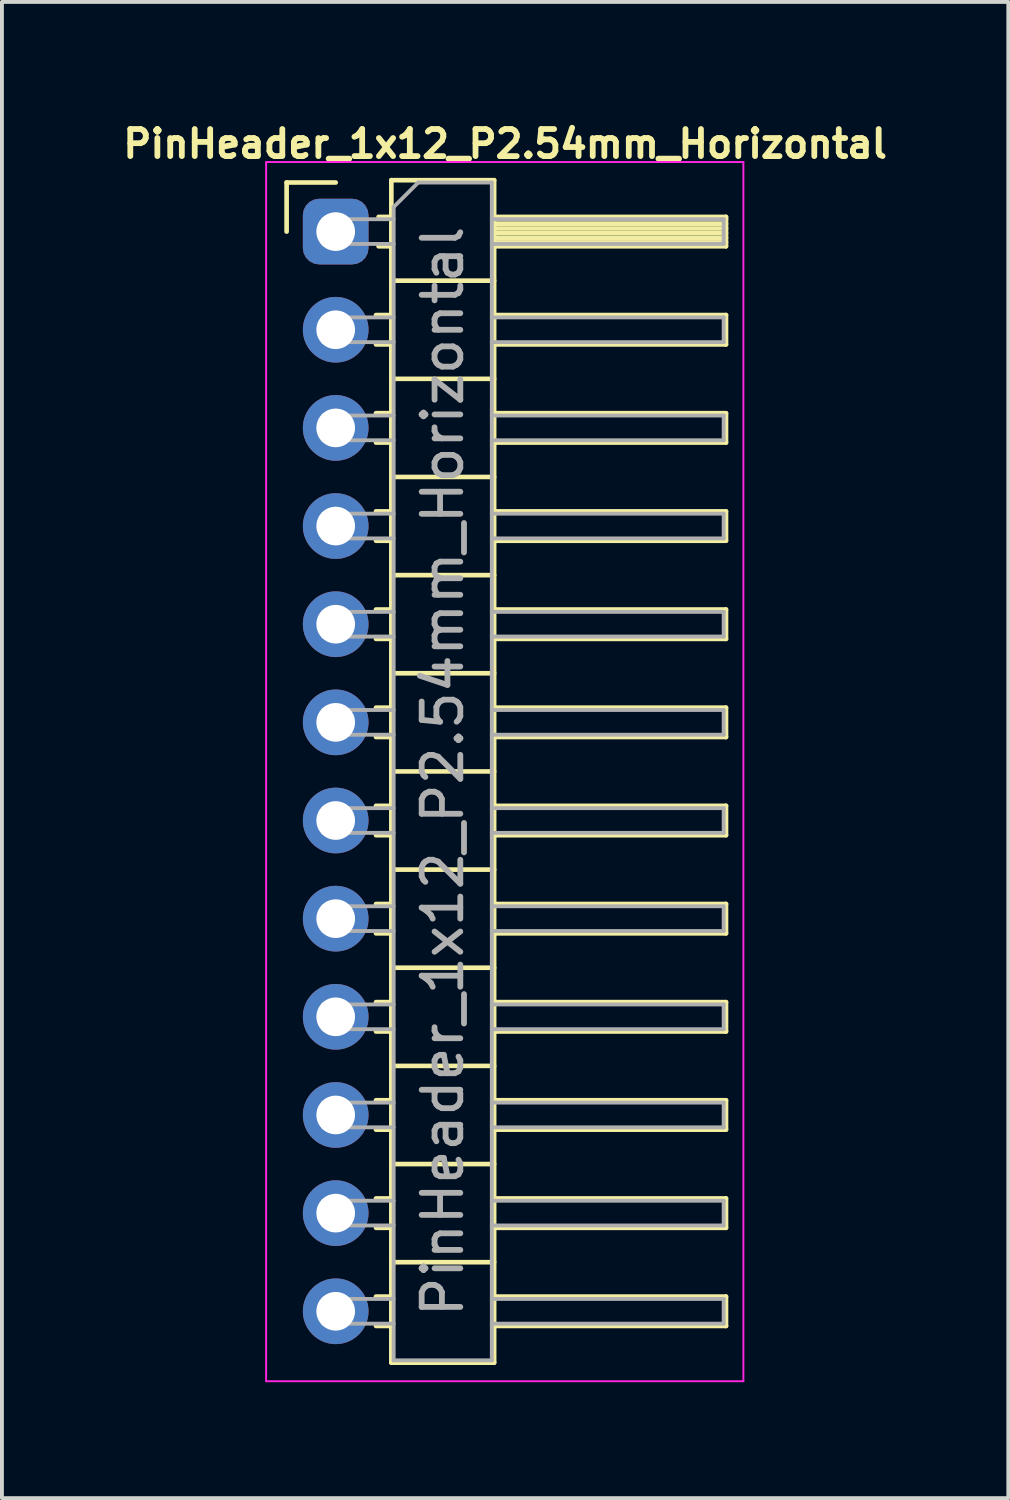
<source format=kicad_pcb>
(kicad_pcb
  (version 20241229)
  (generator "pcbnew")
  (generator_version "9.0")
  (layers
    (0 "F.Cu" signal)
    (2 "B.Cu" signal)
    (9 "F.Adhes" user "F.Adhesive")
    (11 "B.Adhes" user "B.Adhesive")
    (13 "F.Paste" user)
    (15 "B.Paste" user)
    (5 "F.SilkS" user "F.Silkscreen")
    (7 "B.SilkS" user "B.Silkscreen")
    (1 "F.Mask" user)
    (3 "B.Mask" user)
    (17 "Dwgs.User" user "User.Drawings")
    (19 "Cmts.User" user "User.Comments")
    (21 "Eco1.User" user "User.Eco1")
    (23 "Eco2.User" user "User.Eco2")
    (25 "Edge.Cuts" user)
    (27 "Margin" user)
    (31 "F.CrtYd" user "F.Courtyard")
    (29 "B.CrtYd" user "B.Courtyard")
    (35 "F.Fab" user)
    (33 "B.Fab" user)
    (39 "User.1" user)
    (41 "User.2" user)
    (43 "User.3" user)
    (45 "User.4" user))
  (footprint "PinHeader_1x12_P2.54mm_Horizontal"
    (layer "F.Cu")
    (at 5.637 2.943)
    (property "Reference" "PinHeader_1x12_P2.54mm_Horizontal" (at 4.385 -2.27 0) (layer "F.SilkS") (effects (font (size 0.7 0.7) (thickness 0.15))))
    (attr through_hole)
    (fp_line (start -1.27 -1.27) (end 0 -1.27) (stroke (width 0.12) (type solid)) (layer "F.SilkS"))
    (fp_line (start -1.27 0) (end -1.27 -1.27) (stroke (width 0.12) (type solid)) (layer "F.SilkS"))
    (fp_line (start 1.043 2.16) (end 1.44 2.16) (stroke (width 0.12) (type solid)) (layer "F.SilkS"))
    (fp_line (start 1.043 2.92) (end 1.44 2.92) (stroke (width 0.12) (type solid)) (layer "F.SilkS"))
    (fp_line (start 1.043 4.7) (end 1.44 4.7) (stroke (width 0.12) (type solid)) (layer "F.SilkS"))
    (fp_line (start 1.043 5.46) (end 1.44 5.46) (stroke (width 0.12) (type solid)) (layer "F.SilkS"))
    (fp_line (start 1.043 7.24) (end 1.44 7.24) (stroke (width 0.12) (type solid)) (layer "F.SilkS"))
    (fp_line (start 1.043 8) (end 1.44 8) (stroke (width 0.12) (type solid)) (layer "F.SilkS"))
    (fp_line (start 1.043 9.78) (end 1.44 9.78) (stroke (width 0.12) (type solid)) (layer "F.SilkS"))
    (fp_line (start 1.043 10.54) (end 1.44 10.54) (stroke (width 0.12) (type solid)) (layer "F.SilkS"))
    (fp_line (start 1.043 12.32) (end 1.44 12.32) (stroke (width 0.12) (type solid)) (layer "F.SilkS"))
    (fp_line (start 1.043 13.08) (end 1.44 13.08) (stroke (width 0.12) (type solid)) (layer "F.SilkS"))
    (fp_line (start 1.043 14.86) (end 1.44 14.86) (stroke (width 0.12) (type solid)) (layer "F.SilkS"))
    (fp_line (start 1.043 15.62) (end 1.44 15.62) (stroke (width 0.12) (type solid)) (layer "F.SilkS"))
    (fp_line (start 1.043 17.4) (end 1.44 17.4) (stroke (width 0.12) (type solid)) (layer "F.SilkS"))
    (fp_line (start 1.043 18.16) (end 1.44 18.16) (stroke (width 0.12) (type solid)) (layer "F.SilkS"))
    (fp_line (start 1.043 19.94) (end 1.44 19.94) (stroke (width 0.12) (type solid)) (layer "F.SilkS"))
    (fp_line (start 1.043 20.7) (end 1.44 20.7) (stroke (width 0.12) (type solid)) (layer "F.SilkS"))
    (fp_line (start 1.043 22.48) (end 1.44 22.48) (stroke (width 0.12) (type solid)) (layer "F.SilkS"))
    (fp_line (start 1.043 23.24) (end 1.44 23.24) (stroke (width 0.12) (type solid)) (layer "F.SilkS"))
    (fp_line (start 1.043 25.02) (end 1.44 25.02) (stroke (width 0.12) (type solid)) (layer "F.SilkS"))
    (fp_line (start 1.043 25.78) (end 1.44 25.78) (stroke (width 0.12) (type solid)) (layer "F.SilkS"))
    (fp_line (start 1.043 27.56) (end 1.44 27.56) (stroke (width 0.12) (type solid)) (layer "F.SilkS"))
    (fp_line (start 1.043 28.32) (end 1.44 28.32) (stroke (width 0.12) (type solid)) (layer "F.SilkS"))
    (fp_line (start 1.11 -0.38) (end 1.44 -0.38) (stroke (width 0.12) (type solid)) (layer "F.SilkS"))
    (fp_line (start 1.11 0.38) (end 1.44 0.38) (stroke (width 0.12) (type solid)) (layer "F.SilkS"))
    (fp_line (start 1.44 -1.33) (end 1.44 29.27) (stroke (width 0.12) (type solid)) (layer "F.SilkS"))
    (fp_line (start 1.44 1.27) (end 4.1 1.27) (stroke (width 0.12) (type solid)) (layer "F.SilkS"))
    (fp_line (start 1.44 3.81) (end 4.1 3.81) (stroke (width 0.12) (type solid)) (layer "F.SilkS"))
    (fp_line (start 1.44 6.35) (end 4.1 6.35) (stroke (width 0.12) (type solid)) (layer "F.SilkS"))
    (fp_line (start 1.44 8.89) (end 4.1 8.89) (stroke (width 0.12) (type solid)) (layer "F.SilkS"))
    (fp_line (start 1.44 11.43) (end 4.1 11.43) (stroke (width 0.12) (type solid)) (layer "F.SilkS"))
    (fp_line (start 1.44 13.97) (end 4.1 13.97) (stroke (width 0.12) (type solid)) (layer "F.SilkS"))
    (fp_line (start 1.44 16.51) (end 4.1 16.51) (stroke (width 0.12) (type solid)) (layer "F.SilkS"))
    (fp_line (start 1.44 19.05) (end 4.1 19.05) (stroke (width 0.12) (type solid)) (layer "F.SilkS"))
    (fp_line (start 1.44 21.59) (end 4.1 21.59) (stroke (width 0.12) (type solid)) (layer "F.SilkS"))
    (fp_line (start 1.44 24.13) (end 4.1 24.13) (stroke (width 0.12) (type solid)) (layer "F.SilkS"))
    (fp_line (start 1.44 26.67) (end 4.1 26.67) (stroke (width 0.12) (type solid)) (layer "F.SilkS"))
    (fp_line (start 1.44 29.27) (end 4.1 29.27) (stroke (width 0.12) (type solid)) (layer "F.SilkS"))
    (fp_line (start 4.1 -1.33) (end 1.44 -1.33) (stroke (width 0.12) (type solid)) (layer "F.SilkS"))
    (fp_line (start 4.1 -0.38) (end 10.1 -0.38) (stroke (width 0.12) (type solid)) (layer "F.SilkS"))
    (fp_line (start 4.1 -0.32) (end 10.1 -0.32) (stroke (width 0.12) (type solid)) (layer "F.SilkS"))
    (fp_line (start 4.1 -0.2) (end 10.1 -0.2) (stroke (width 0.12) (type solid)) (layer "F.SilkS"))
    (fp_line (start 4.1 -0.08) (end 10.1 -0.08) (stroke (width 0.12) (type solid)) (layer "F.SilkS"))
    (fp_line (start 4.1 0.04) (end 10.1 0.04) (stroke (width 0.12) (type solid)) (layer "F.SilkS"))
    (fp_line (start 4.1 0.16) (end 10.1 0.16) (stroke (width 0.12) (type solid)) (layer "F.SilkS"))
    (fp_line (start 4.1 0.28) (end 10.1 0.28) (stroke (width 0.12) (type solid)) (layer "F.SilkS"))
    (fp_line (start 4.1 2.16) (end 10.1 2.16) (stroke (width 0.12) (type solid)) (layer "F.SilkS"))
    (fp_line (start 4.1 4.7) (end 10.1 4.7) (stroke (width 0.12) (type solid)) (layer "F.SilkS"))
    (fp_line (start 4.1 7.24) (end 10.1 7.24) (stroke (width 0.12) (type solid)) (layer "F.SilkS"))
    (fp_line (start 4.1 9.78) (end 10.1 9.78) (stroke (width 0.12) (type solid)) (layer "F.SilkS"))
    (fp_line (start 4.1 12.32) (end 10.1 12.32) (stroke (width 0.12) (type solid)) (layer "F.SilkS"))
    (fp_line (start 4.1 14.86) (end 10.1 14.86) (stroke (width 0.12) (type solid)) (layer "F.SilkS"))
    (fp_line (start 4.1 17.4) (end 10.1 17.4) (stroke (width 0.12) (type solid)) (layer "F.SilkS"))
    (fp_line (start 4.1 19.94) (end 10.1 19.94) (stroke (width 0.12) (type solid)) (layer "F.SilkS"))
    (fp_line (start 4.1 22.48) (end 10.1 22.48) (stroke (width 0.12) (type solid)) (layer "F.SilkS"))
    (fp_line (start 4.1 25.02) (end 10.1 25.02) (stroke (width 0.12) (type solid)) (layer "F.SilkS"))
    (fp_line (start 4.1 27.56) (end 10.1 27.56) (stroke (width 0.12) (type solid)) (layer "F.SilkS"))
    (fp_line (start 4.1 29.27) (end 4.1 -1.33) (stroke (width 0.12) (type solid)) (layer "F.SilkS"))
    (fp_line (start 10.1 -0.38) (end 10.1 0.38) (stroke (width 0.12) (type solid)) (layer "F.SilkS"))
    (fp_line (start 10.1 0.38) (end 4.1 0.38) (stroke (width 0.12) (type solid)) (layer "F.SilkS"))
    (fp_line (start 10.1 2.16) (end 10.1 2.92) (stroke (width 0.12) (type solid)) (layer "F.SilkS"))
    (fp_line (start 10.1 2.92) (end 4.1 2.92) (stroke (width 0.12) (type solid)) (layer "F.SilkS"))
    (fp_line (start 10.1 4.7) (end 10.1 5.46) (stroke (width 0.12) (type solid)) (layer "F.SilkS"))
    (fp_line (start 10.1 5.46) (end 4.1 5.46) (stroke (width 0.12) (type solid)) (layer "F.SilkS"))
    (fp_line (start 10.1 7.24) (end 10.1 8) (stroke (width 0.12) (type solid)) (layer "F.SilkS"))
    (fp_line (start 10.1 8) (end 4.1 8) (stroke (width 0.12) (type solid)) (layer "F.SilkS"))
    (fp_line (start 10.1 9.78) (end 10.1 10.54) (stroke (width 0.12) (type solid)) (layer "F.SilkS"))
    (fp_line (start 10.1 10.54) (end 4.1 10.54) (stroke (width 0.12) (type solid)) (layer "F.SilkS"))
    (fp_line (start 10.1 12.32) (end 10.1 13.08) (stroke (width 0.12) (type solid)) (layer "F.SilkS"))
    (fp_line (start 10.1 13.08) (end 4.1 13.08) (stroke (width 0.12) (type solid)) (layer "F.SilkS"))
    (fp_line (start 10.1 14.86) (end 10.1 15.62) (stroke (width 0.12) (type solid)) (layer "F.SilkS"))
    (fp_line (start 10.1 15.62) (end 4.1 15.62) (stroke (width 0.12) (type solid)) (layer "F.SilkS"))
    (fp_line (start 10.1 17.4) (end 10.1 18.16) (stroke (width 0.12) (type solid)) (layer "F.SilkS"))
    (fp_line (start 10.1 18.16) (end 4.1 18.16) (stroke (width 0.12) (type solid)) (layer "F.SilkS"))
    (fp_line (start 10.1 19.94) (end 10.1 20.7) (stroke (width 0.12) (type solid)) (layer "F.SilkS"))
    (fp_line (start 10.1 20.7) (end 4.1 20.7) (stroke (width 0.12) (type solid)) (layer "F.SilkS"))
    (fp_line (start 10.1 22.48) (end 10.1 23.24) (stroke (width 0.12) (type solid)) (layer "F.SilkS"))
    (fp_line (start 10.1 23.24) (end 4.1 23.24) (stroke (width 0.12) (type solid)) (layer "F.SilkS"))
    (fp_line (start 10.1 25.02) (end 10.1 25.78) (stroke (width 0.12) (type solid)) (layer "F.SilkS"))
    (fp_line (start 10.1 25.78) (end 4.1 25.78) (stroke (width 0.12) (type solid)) (layer "F.SilkS"))
    (fp_line (start 10.1 27.56) (end 10.1 28.32) (stroke (width 0.12) (type solid)) (layer "F.SilkS"))
    (fp_line (start 10.1 28.32) (end 4.1 28.32) (stroke (width 0.12) (type solid)) (layer "F.SilkS"))
    (fp_line (start -1.8 -1.8) (end -1.8 29.75) (stroke (width 0.05) (type solid)) (layer "F.CrtYd"))
    (fp_line (start -1.8 29.75) (end 10.55 29.75) (stroke (width 0.05) (type solid)) (layer "F.CrtYd"))
    (fp_line (start 10.55 -1.8) (end -1.8 -1.8) (stroke (width 0.05) (type solid)) (layer "F.CrtYd"))
    (fp_line (start 10.55 29.75) (end 10.55 -1.8) (stroke (width 0.05) (type solid)) (layer "F.CrtYd"))
    (fp_line (start -0.32 -0.32) (end -0.32 0.32) (stroke (width 0.1) (type solid)) (layer "F.Fab"))
    (fp_line (start -0.32 -0.32) (end 1.5 -0.32) (stroke (width 0.1) (type solid)) (layer "F.Fab"))
    (fp_line (start -0.32 0.32) (end 1.5 0.32) (stroke (width 0.1) (type solid)) (layer "F.Fab"))
    (fp_line (start -0.32 2.22) (end -0.32 2.86) (stroke (width 0.1) (type solid)) (layer "F.Fab"))
    (fp_line (start -0.32 2.22) (end 1.5 2.22) (stroke (width 0.1) (type solid)) (layer "F.Fab"))
    (fp_line (start -0.32 2.86) (end 1.5 2.86) (stroke (width 0.1) (type solid)) (layer "F.Fab"))
    (fp_line (start -0.32 4.76) (end -0.32 5.4) (stroke (width 0.1) (type solid)) (layer "F.Fab"))
    (fp_line (start -0.32 4.76) (end 1.5 4.76) (stroke (width 0.1) (type solid)) (layer "F.Fab"))
    (fp_line (start -0.32 5.4) (end 1.5 5.4) (stroke (width 0.1) (type solid)) (layer "F.Fab"))
    (fp_line (start -0.32 7.3) (end -0.32 7.94) (stroke (width 0.1) (type solid)) (layer "F.Fab"))
    (fp_line (start -0.32 7.3) (end 1.5 7.3) (stroke (width 0.1) (type solid)) (layer "F.Fab"))
    (fp_line (start -0.32 7.94) (end 1.5 7.94) (stroke (width 0.1) (type solid)) (layer "F.Fab"))
    (fp_line (start -0.32 9.84) (end -0.32 10.48) (stroke (width 0.1) (type solid)) (layer "F.Fab"))
    (fp_line (start -0.32 9.84) (end 1.5 9.84) (stroke (width 0.1) (type solid)) (layer "F.Fab"))
    (fp_line (start -0.32 10.48) (end 1.5 10.48) (stroke (width 0.1) (type solid)) (layer "F.Fab"))
    (fp_line (start -0.32 12.38) (end -0.32 13.02) (stroke (width 0.1) (type solid)) (layer "F.Fab"))
    (fp_line (start -0.32 12.38) (end 1.5 12.38) (stroke (width 0.1) (type solid)) (layer "F.Fab"))
    (fp_line (start -0.32 13.02) (end 1.5 13.02) (stroke (width 0.1) (type solid)) (layer "F.Fab"))
    (fp_line (start -0.32 14.92) (end -0.32 15.56) (stroke (width 0.1) (type solid)) (layer "F.Fab"))
    (fp_line (start -0.32 14.92) (end 1.5 14.92) (stroke (width 0.1) (type solid)) (layer "F.Fab"))
    (fp_line (start -0.32 15.56) (end 1.5 15.56) (stroke (width 0.1) (type solid)) (layer "F.Fab"))
    (fp_line (start -0.32 17.46) (end -0.32 18.1) (stroke (width 0.1) (type solid)) (layer "F.Fab"))
    (fp_line (start -0.32 17.46) (end 1.5 17.46) (stroke (width 0.1) (type solid)) (layer "F.Fab"))
    (fp_line (start -0.32 18.1) (end 1.5 18.1) (stroke (width 0.1) (type solid)) (layer "F.Fab"))
    (fp_line (start -0.32 20) (end -0.32 20.64) (stroke (width 0.1) (type solid)) (layer "F.Fab"))
    (fp_line (start -0.32 20) (end 1.5 20) (stroke (width 0.1) (type solid)) (layer "F.Fab"))
    (fp_line (start -0.32 20.64) (end 1.5 20.64) (stroke (width 0.1) (type solid)) (layer "F.Fab"))
    (fp_line (start -0.32 22.54) (end -0.32 23.18) (stroke (width 0.1) (type solid)) (layer "F.Fab"))
    (fp_line (start -0.32 22.54) (end 1.5 22.54) (stroke (width 0.1) (type solid)) (layer "F.Fab"))
    (fp_line (start -0.32 23.18) (end 1.5 23.18) (stroke (width 0.1) (type solid)) (layer "F.Fab"))
    (fp_line (start -0.32 25.08) (end -0.32 25.72) (stroke (width 0.1) (type solid)) (layer "F.Fab"))
    (fp_line (start -0.32 25.08) (end 1.5 25.08) (stroke (width 0.1) (type solid)) (layer "F.Fab"))
    (fp_line (start -0.32 25.72) (end 1.5 25.72) (stroke (width 0.1) (type solid)) (layer "F.Fab"))
    (fp_line (start -0.32 27.62) (end -0.32 28.26) (stroke (width 0.1) (type solid)) (layer "F.Fab"))
    (fp_line (start -0.32 27.62) (end 1.5 27.62) (stroke (width 0.1) (type solid)) (layer "F.Fab"))
    (fp_line (start -0.32 28.26) (end 1.5 28.26) (stroke (width 0.1) (type solid)) (layer "F.Fab"))
    (fp_line (start 1.5 -0.635) (end 2.135 -1.27) (stroke (width 0.1) (type solid)) (layer "F.Fab"))
    (fp_line (start 1.5 29.21) (end 1.5 -0.635) (stroke (width 0.1) (type solid)) (layer "F.Fab"))
    (fp_line (start 2.135 -1.27) (end 4.04 -1.27) (stroke (width 0.1) (type solid)) (layer "F.Fab"))
    (fp_line (start 4.04 -1.27) (end 4.04 29.21) (stroke (width 0.1) (type solid)) (layer "F.Fab"))
    (fp_line (start 4.04 -0.32) (end 10.04 -0.32) (stroke (width 0.1) (type solid)) (layer "F.Fab"))
    (fp_line (start 4.04 0.32) (end 10.04 0.32) (stroke (width 0.1) (type solid)) (layer "F.Fab"))
    (fp_line (start 4.04 2.22) (end 10.04 2.22) (stroke (width 0.1) (type solid)) (layer "F.Fab"))
    (fp_line (start 4.04 2.86) (end 10.04 2.86) (stroke (width 0.1) (type solid)) (layer "F.Fab"))
    (fp_line (start 4.04 4.76) (end 10.04 4.76) (stroke (width 0.1) (type solid)) (layer "F.Fab"))
    (fp_line (start 4.04 5.4) (end 10.04 5.4) (stroke (width 0.1) (type solid)) (layer "F.Fab"))
    (fp_line (start 4.04 7.3) (end 10.04 7.3) (stroke (width 0.1) (type solid)) (layer "F.Fab"))
    (fp_line (start 4.04 7.94) (end 10.04 7.94) (stroke (width 0.1) (type solid)) (layer "F.Fab"))
    (fp_line (start 4.04 9.84) (end 10.04 9.84) (stroke (width 0.1) (type solid)) (layer "F.Fab"))
    (fp_line (start 4.04 10.48) (end 10.04 10.48) (stroke (width 0.1) (type solid)) (layer "F.Fab"))
    (fp_line (start 4.04 12.38) (end 10.04 12.38) (stroke (width 0.1) (type solid)) (layer "F.Fab"))
    (fp_line (start 4.04 13.02) (end 10.04 13.02) (stroke (width 0.1) (type solid)) (layer "F.Fab"))
    (fp_line (start 4.04 14.92) (end 10.04 14.92) (stroke (width 0.1) (type solid)) (layer "F.Fab"))
    (fp_line (start 4.04 15.56) (end 10.04 15.56) (stroke (width 0.1) (type solid)) (layer "F.Fab"))
    (fp_line (start 4.04 17.46) (end 10.04 17.46) (stroke (width 0.1) (type solid)) (layer "F.Fab"))
    (fp_line (start 4.04 18.1) (end 10.04 18.1) (stroke (width 0.1) (type solid)) (layer "F.Fab"))
    (fp_line (start 4.04 20) (end 10.04 20) (stroke (width 0.1) (type solid)) (layer "F.Fab"))
    (fp_line (start 4.04 20.64) (end 10.04 20.64) (stroke (width 0.1) (type solid)) (layer "F.Fab"))
    (fp_line (start 4.04 22.54) (end 10.04 22.54) (stroke (width 0.1) (type solid)) (layer "F.Fab"))
    (fp_line (start 4.04 23.18) (end 10.04 23.18) (stroke (width 0.1) (type solid)) (layer "F.Fab"))
    (fp_line (start 4.04 25.08) (end 10.04 25.08) (stroke (width 0.1) (type solid)) (layer "F.Fab"))
    (fp_line (start 4.04 25.72) (end 10.04 25.72) (stroke (width 0.1) (type solid)) (layer "F.Fab"))
    (fp_line (start 4.04 27.62) (end 10.04 27.62) (stroke (width 0.1) (type solid)) (layer "F.Fab"))
    (fp_line (start 4.04 28.26) (end 10.04 28.26) (stroke (width 0.1) (type solid)) (layer "F.Fab"))
    (fp_line (start 4.04 29.21) (end 1.5 29.21) (stroke (width 0.1) (type solid)) (layer "F.Fab"))
    (fp_line (start 10.04 -0.32) (end 10.04 0.32) (stroke (width 0.1) (type solid)) (layer "F.Fab"))
    (fp_line (start 10.04 2.22) (end 10.04 2.86) (stroke (width 0.1) (type solid)) (layer "F.Fab"))
    (fp_line (start 10.04 4.76) (end 10.04 5.4) (stroke (width 0.1) (type solid)) (layer "F.Fab"))
    (fp_line (start 10.04 7.3) (end 10.04 7.94) (stroke (width 0.1) (type solid)) (layer "F.Fab"))
    (fp_line (start 10.04 9.84) (end 10.04 10.48) (stroke (width 0.1) (type solid)) (layer "F.Fab"))
    (fp_line (start 10.04 12.38) (end 10.04 13.02) (stroke (width 0.1) (type solid)) (layer "F.Fab"))
    (fp_line (start 10.04 14.92) (end 10.04 15.56) (stroke (width 0.1) (type solid)) (layer "F.Fab"))
    (fp_line (start 10.04 17.46) (end 10.04 18.1) (stroke (width 0.1) (type solid)) (layer "F.Fab"))
    (fp_line (start 10.04 20) (end 10.04 20.64) (stroke (width 0.1) (type solid)) (layer "F.Fab"))
    (fp_line (start 10.04 22.54) (end 10.04 23.18) (stroke (width 0.1) (type solid)) (layer "F.Fab"))
    (fp_line (start 10.04 25.08) (end 10.04 25.72) (stroke (width 0.1) (type solid)) (layer "F.Fab"))
    (fp_line (start 10.04 27.62) (end 10.04 28.26) (stroke (width 0.1) (type solid)) (layer "F.Fab"))
    (fp_text user "${REFERENCE}" (at 2.77 13.97 90) (layer "F.Fab") (effects (font (size 1 1) (thickness 0.15))))
    (pad "1" thru_hole roundrect (at 0 0) (size 1.7 1.7) (drill 1) (layers "*.Cu" "*.Mask") (roundrect_rratio 0.25))
    (pad "2" thru_hole oval (at 0 2.54) (size 1.7 1.7) (drill 1) (layers "*.Cu" "*.Mask"))
    (pad "3" thru_hole oval (at 0 5.08) (size 1.7 1.7) (drill 1) (layers "*.Cu" "*.Mask"))
    (pad "4" thru_hole oval (at 0 7.62) (size 1.7 1.7) (drill 1) (layers "*.Cu" "*.Mask"))
    (pad "5" thru_hole oval (at 0 10.16) (size 1.7 1.7) (drill 1) (layers "*.Cu" "*.Mask"))
    (pad "6" thru_hole oval (at 0 12.7) (size 1.7 1.7) (drill 1) (layers "*.Cu" "*.Mask"))
    (pad "7" thru_hole oval (at 0 15.24) (size 1.7 1.7) (drill 1) (layers "*.Cu" "*.Mask"))
    (pad "8" thru_hole oval (at 0 17.78) (size 1.7 1.7) (drill 1) (layers "*.Cu" "*.Mask"))
    (pad "9" thru_hole oval (at 0 20.32) (size 1.7 1.7) (drill 1) (layers "*.Cu" "*.Mask"))
    (pad "10" thru_hole oval (at 0 22.86) (size 1.7 1.7) (drill 1) (layers "*.Cu" "*.Mask"))
    (pad "11" thru_hole oval (at 0 25.4) (size 1.7 1.7) (drill 1) (layers "*.Cu" "*.Mask"))
    (pad "12" thru_hole oval (at 0 27.94) (size 1.7 1.7) (drill 1) (layers "*.Cu" "*.Mask")))
  (gr_rect
    (start -3 -3)
    (end 23.043 35.718)
    (stroke (width 0.1) (type default))
    (fill no)
    (layer "Edge.Cuts")))
</source>
